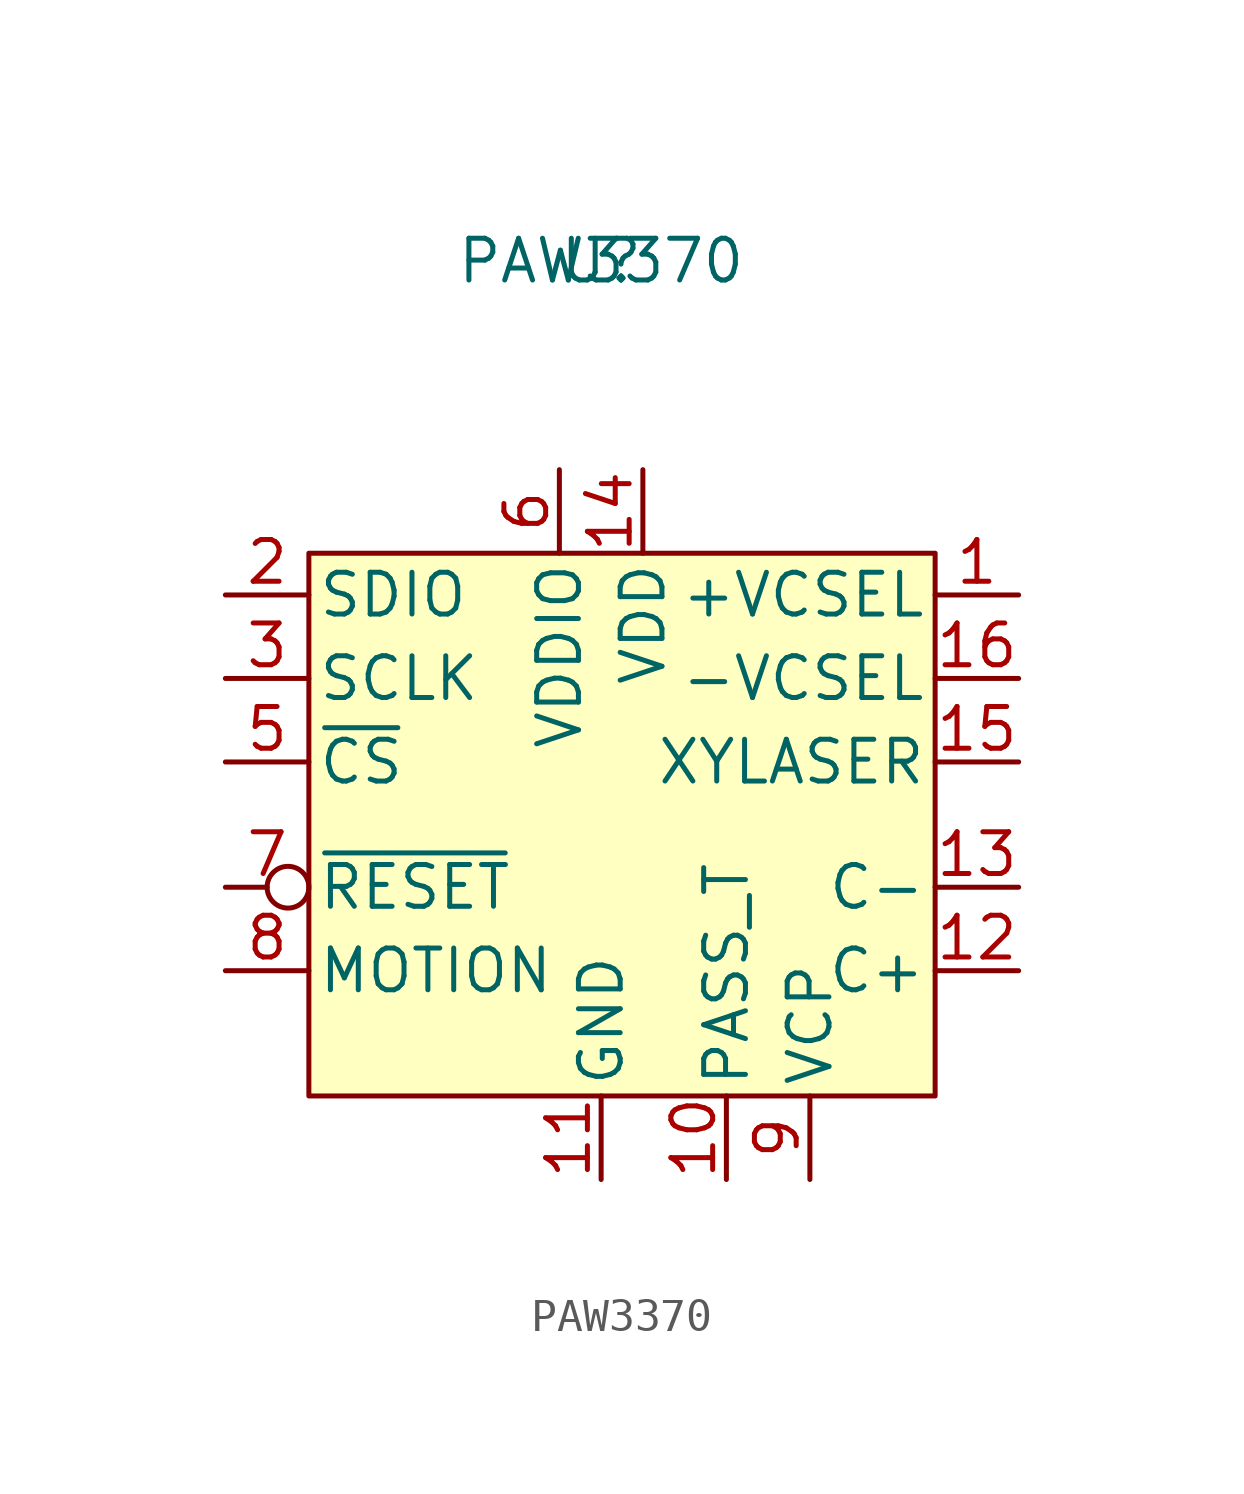
<source format=kicad_sym>
(kicad_symbol_lib
  (version 20220914)
  (generator kicad_symbol_editor)
  (symbol "PAW3370"
    (pin_names
      (offset 0.254))
    (property "Reference" "U"
      (at 0 17.78 0)
      (effects (font (size 1.27 1.27))))
    (property "Value" "PAW3370"
      (at 0 17.78 0)
      (effects (font (size 1.27 1.27))))
    (symbol "PAW3370_0_1"
      (rectangle (start -8.89 8.89) (end 10.16 -7.62) (stroke (width 0.152) (type default)) (fill (type background))))
    (symbol "PAW3370_1_1"
      (pin power_in line (at 12.7 7.62 180) (length 2.54) (name "+VCSEL" (effects (font (size 1.27 1.27)))) (number "1" (effects (font (size 1.27 1.27)))))
      (pin power_in line (at 3.81 -10.16 90) (length 2.54) (name "PASS_T" (effects (font (size 1.27 1.27)))) (number "10" (effects (font (size 1.27 1.27)))))
      (pin power_in line (at 0 -10.16 90) (length 2.54) (name "GND" (effects (font (size 1.27 1.27)))) (number "11" (effects (font (size 1.27 1.27)))))
      (pin passive line (at 12.7 -3.81 180) (length 2.54) (name "C+" (effects (font (size 1.27 1.27)))) (number "12" (effects (font (size 1.27 1.27)))))
      (pin passive line (at 12.7 -1.27 180) (length 2.54) (name "C-" (effects (font (size 1.27 1.27)))) (number "13" (effects (font (size 1.27 1.27)))))
      (pin power_in line (at 1.27 11.43 270) (length 2.54) (name "VDD" (effects (font (size 1.27 1.27)))) (number "14" (effects (font (size 1.27 1.27)))))
      (pin power_in line (at 12.7 2.54 180) (length 2.54) (name "XYLASER" (effects (font (size 1.27 1.27)))) (number "15" (effects (font (size 1.27 1.27)))))
      (pin power_in line (at 12.7 5.08 180) (length 2.54) (name "-VCSEL" (effects (font (size 1.27 1.27)))) (number "16" (effects (font (size 1.27 1.27)))))
      (pin bidirectional line (at -11.43 7.62 0) (length 2.54) (name "SDIO" (effects (font (size 1.27 1.27)))) (number "2" (effects (font (size 1.27 1.27)))))
      (pin input line (at -11.43 5.08 0) (length 2.54) (name "SCLK" (effects (font (size 1.27 1.27)))) (number "3" (effects (font (size 1.27 1.27)))))
      (pin input line (at -11.43 2.54 0) (length 2.54) (name "~{CS}" (effects (font (size 1.27 1.27)))) (number "5" (effects (font (size 1.27 1.27)))))
      (pin power_in line (at -1.27 11.43 270) (length 2.54) (name "VDDIO" (effects (font (size 1.27 1.27)))) (number "6" (effects (font (size 1.27 1.27)))))
      (pin input inverted (at -11.43 -1.27 0) (length 2.54) (name "~{RESET}" (effects (font (size 1.27 1.27)))) (number "7" (effects (font (size 1.27 1.27)))))
      (pin output line (at -11.43 -3.81 0) (length 2.54) (name "MOTION" (effects (font (size 1.27 1.27)))) (number "8" (effects (font (size 1.27 1.27)))))
      (pin passive line (at 6.35 -10.16 90) (length 2.54) (name "VCP" (effects (font (size 1.27 1.27)))) (number "9" (effects (font (size 1.27 1.27))))))))
</source>
